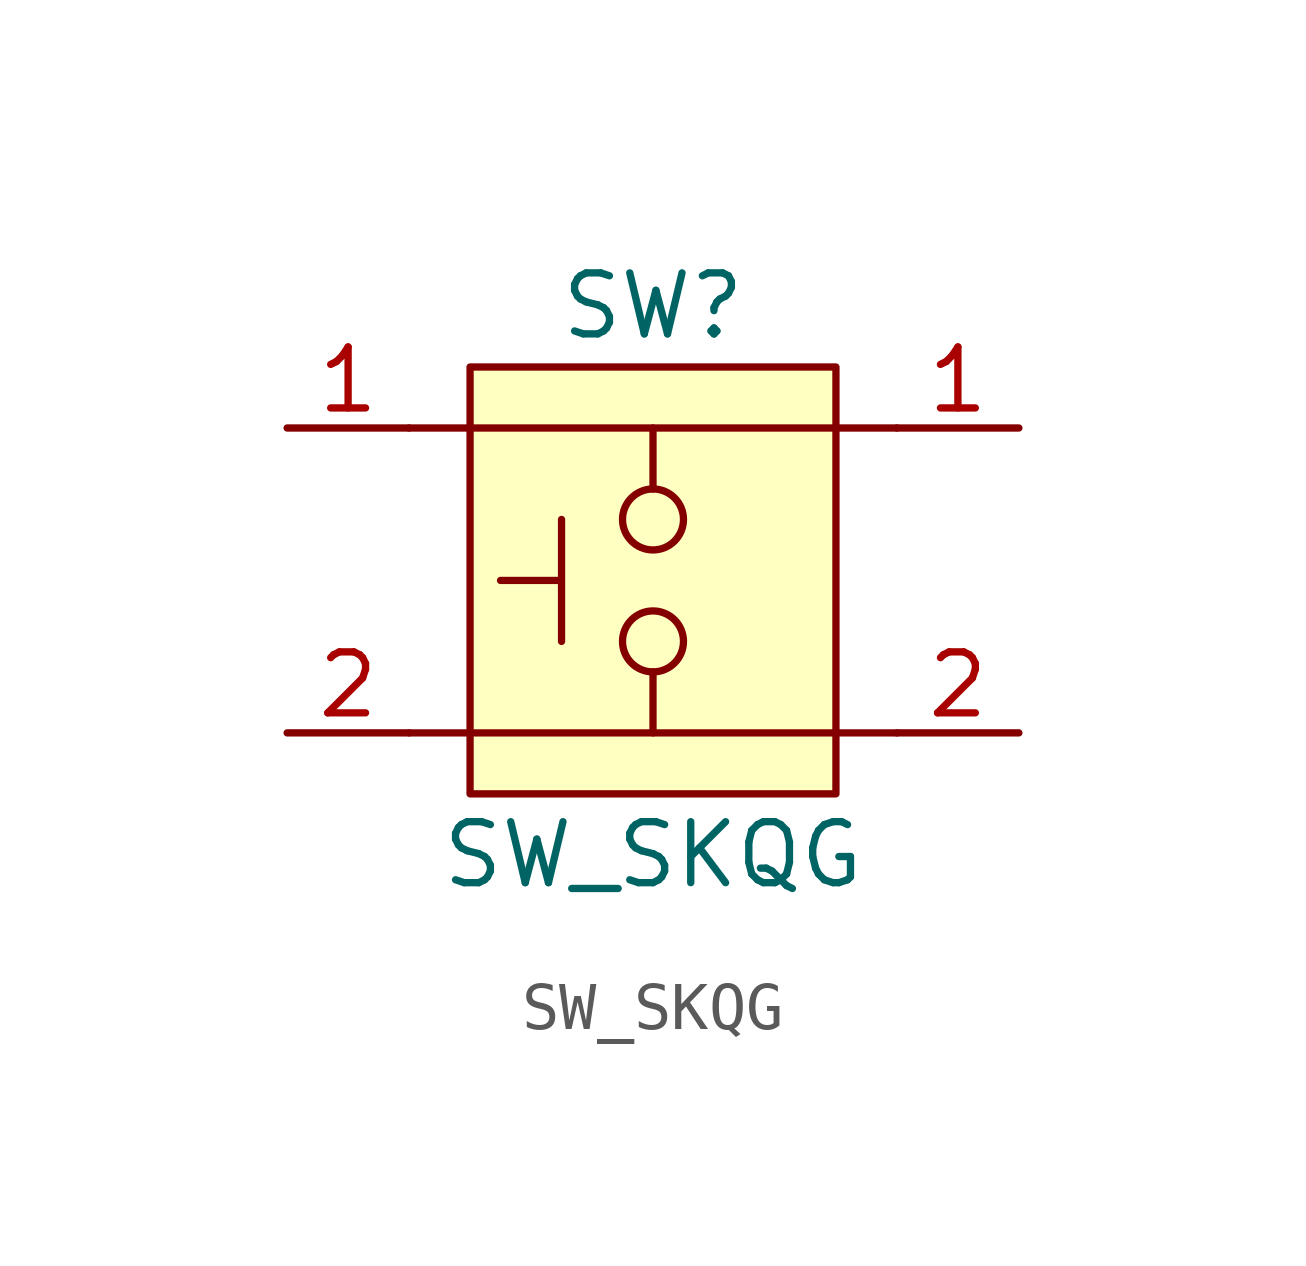
<source format=kicad_sym>
(kicad_symbol_lib
  (version 20211014)
  (generator kicad_symbol_editor)
  (symbol "SW_SKQG"
    (property "Reference" "SW"
      (at 3.81 10.16 0)
      (effects (font (size 1.27 1.27))))
    (property "Value" "SW_SKQG"
      (at 3.81 -1.27 0)
      (effects (font (size 1.27 1.27))))
    (symbol "SW_SKQG_0_1"
      (polyline (pts (xy 3.81 1.27) (xy 3.81 2.54)) (stroke (width 0.152) (type default) (color 0 0 0 0)) (fill (type none)))
      (polyline (pts (xy 3.81 7.62) (xy 3.81 6.35)) (stroke (width 0.152) (type default) (color 0 0 0 0)) (fill (type none)))
      (polyline (pts (xy 8.89 1.27) (xy -1.27 1.27)) (stroke (width 0.152) (type default) (color 0 0 0 0)) (fill (type none)))
      (polyline (pts (xy 8.89 7.62) (xy -1.27 7.62)) (stroke (width 0.152) (type default) (color 0 0 0 0)) (fill (type none)))
      (polyline (pts (xy 1.905 3.175) (xy 1.905 5.715) (xy 1.905 4.445) (xy 0.635 4.445)) (stroke (width 0.152) (type default) (color 0 0 0 0)) (fill (type none)))
      (rectangle (start 0 8.89) (end 7.62 0) (stroke (width 0.152) (type default) (color 0 0 0 0)) (fill (type background)))
      (circle (center 3.81 3.175) (radius 0.635) (stroke (width 0.152) (type default) (color 0 0 0 0)) (fill (type none)))
      (circle (center 3.81 5.715) (radius 0.635) (stroke (width 0.152) (type default) (color 0 0 0 0)) (fill (type none))))
    (symbol "SW_SKQG_1_1"
      (pin input line (at -3.81 7.62 0) (length 2.54) (name "" (effects (font (size 1.27 1.27)))) (number "1" (effects (font (size 1.27 1.27)))))
      (pin input line (at 11.43 7.62 180) (length 2.54) (name "" (effects (font (size 1.27 1.27)))) (number "1" (effects (font (size 1.27 1.27)))))
      (pin input line (at -3.81 1.27 0) (length 2.54) (name "" (effects (font (size 1.27 1.27)))) (number "2" (effects (font (size 1.27 1.27)))))
      (pin input line (at 11.43 1.27 180) (length 2.54) (name "" (effects (font (size 1.27 1.27)))) (number "2" (effects (font (size 1.27 1.27))))))))
</source>
